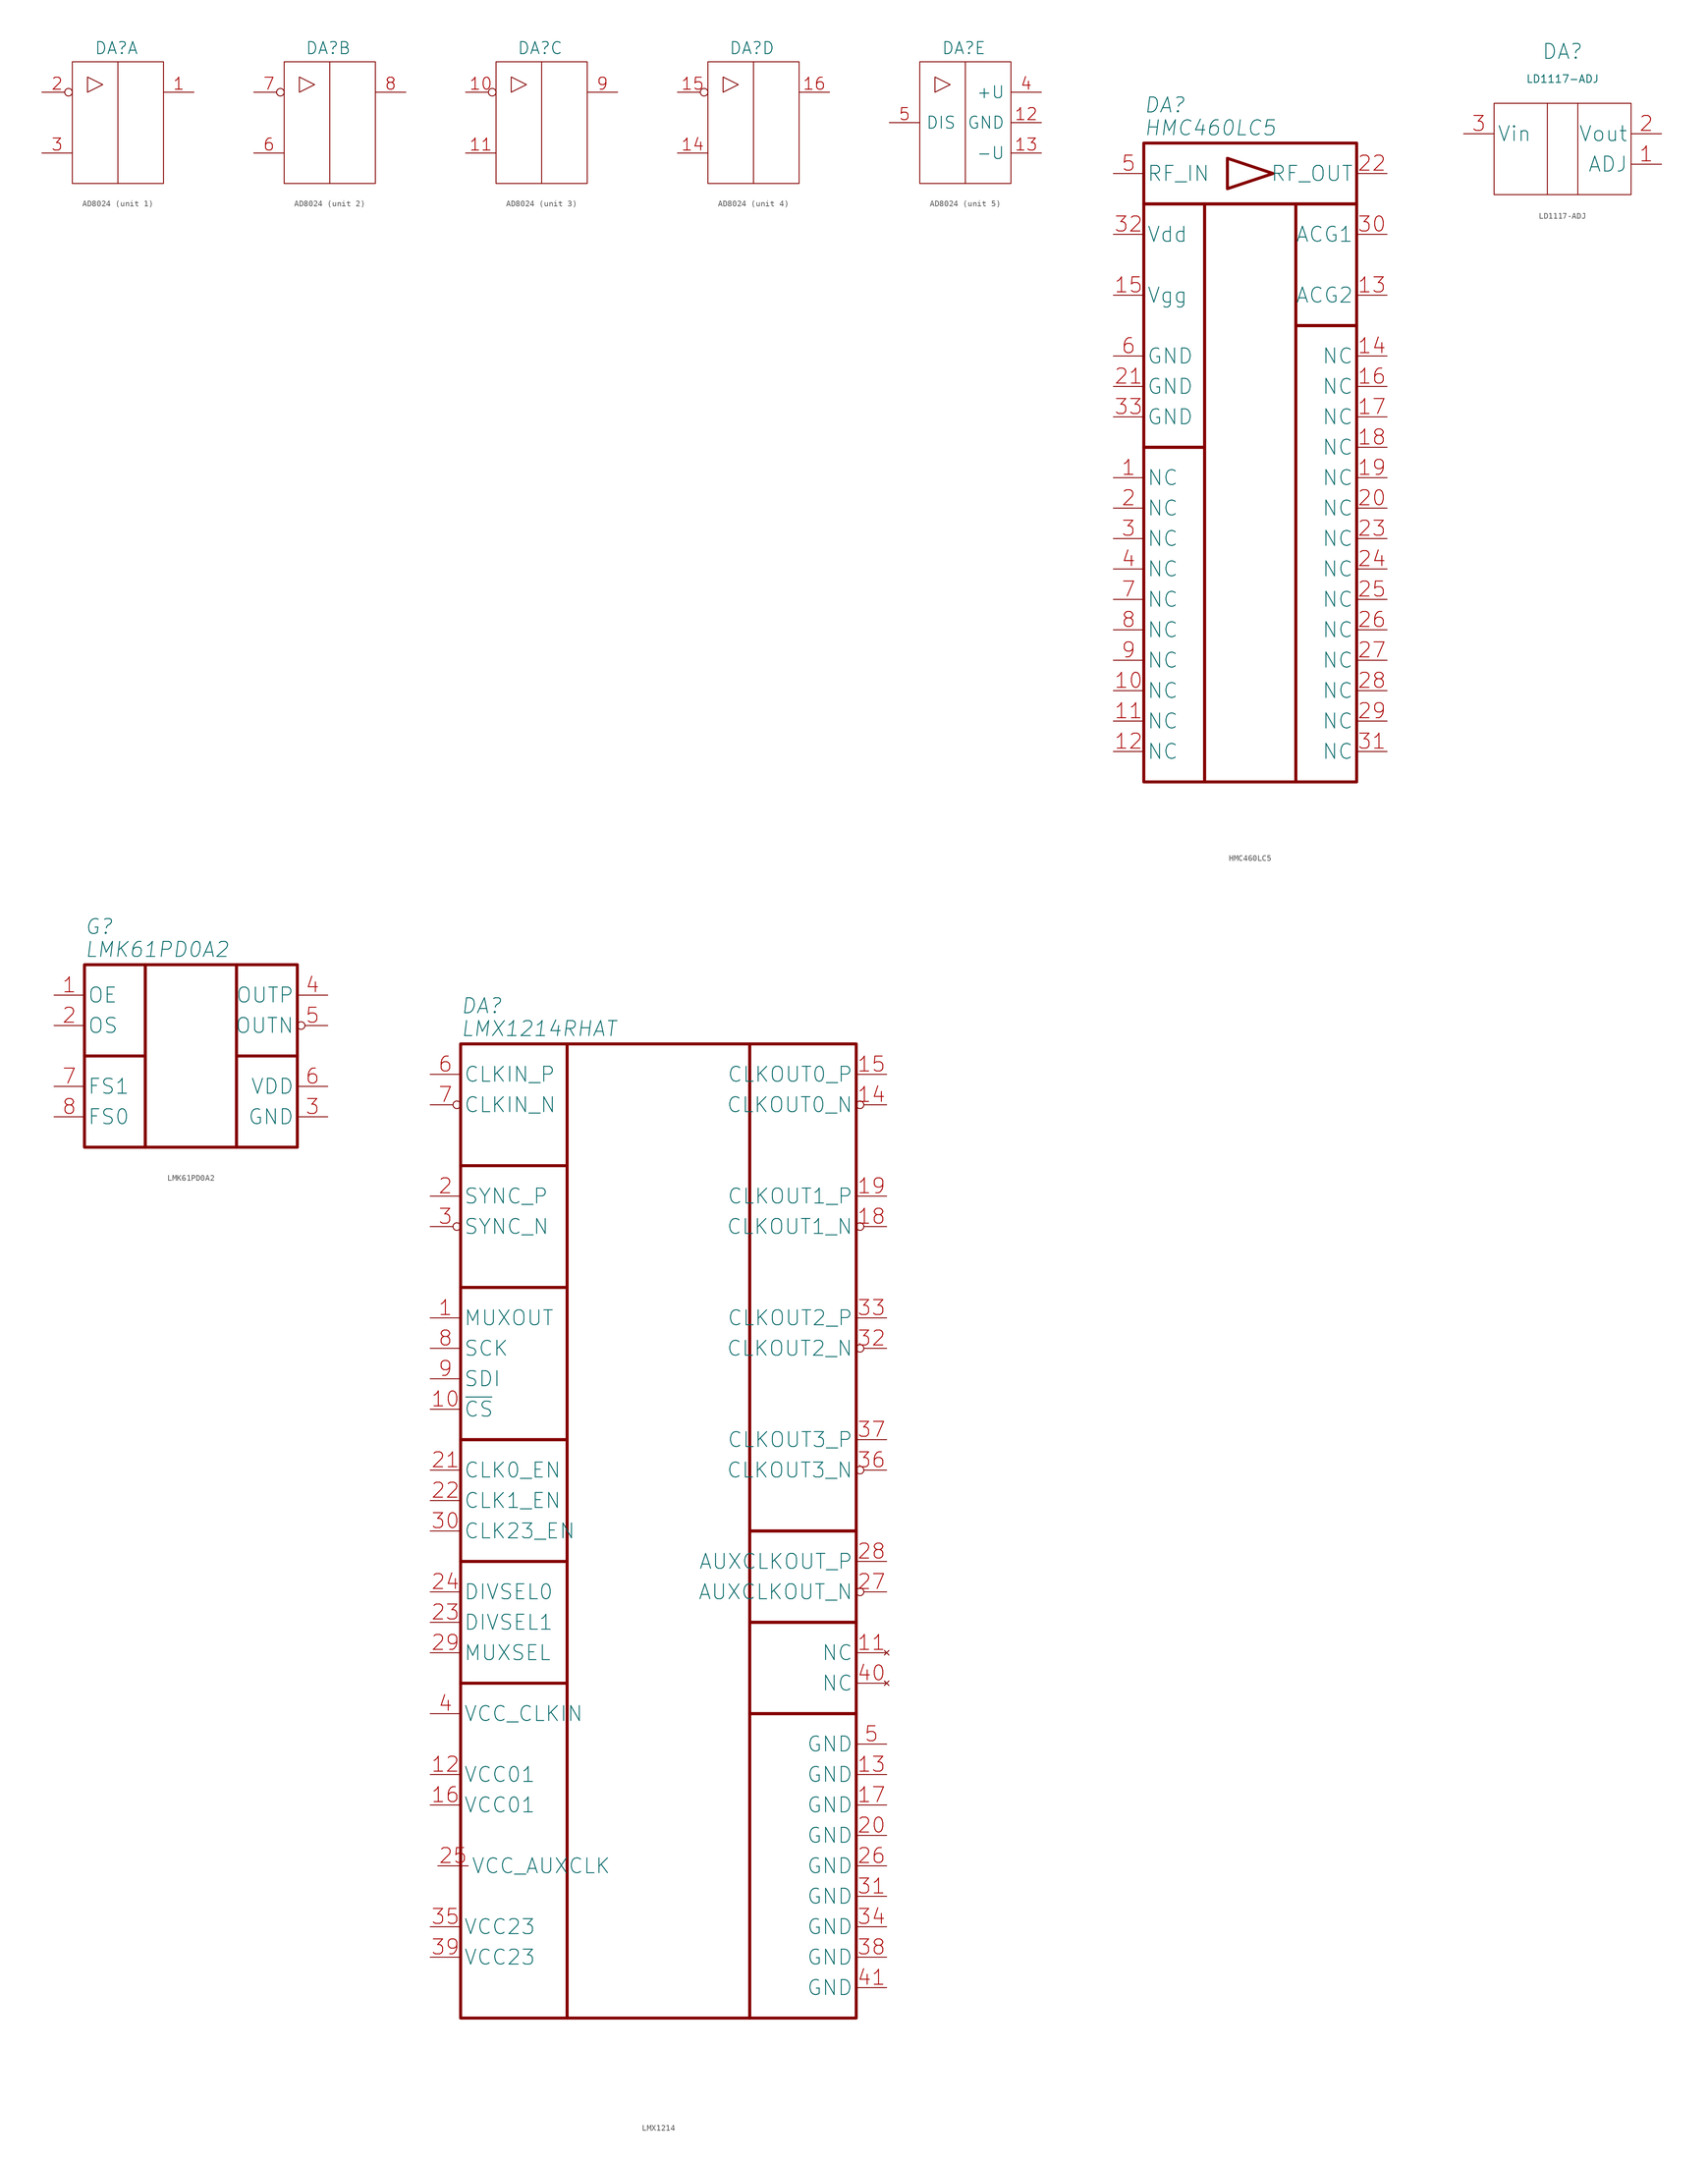
<source format=kicad_sym>
(kicad_symbol_lib
  (version 20241209)
  (generator "kicad_symbol_editor")
  (generator_version "9.0")
  (symbol "AD8024"
    (pin_names
      (offset 1.016))
    (property "Reference" "DA"
      (at -0.254 2.286 0)
      (effects (font (size 2.007 2.007))))
    (property "ki_locked" ""
      (at 0 0 0)
      (effects (font (size 1.27 1.27))))
    (symbol "AD8024_0_1"
      (rectangle (start -7.62 0) (end 7.62 -20.32) (stroke (width 0) (type default)) (fill (type none)))
      (polyline (pts (xy -5.08 -2.54) (xy -5.08 -5.08) (xy -2.54 -3.81) (xy -5.08 -2.54)) (stroke (width 0) (type solid)) (fill (type none)))
      (polyline (pts (xy 0 0) (xy 0 -20.32)) (stroke (width 0) (type solid)) (fill (type none))))
    (symbol "AD8024_1_1"
      (pin input inverted (at -12.7 -5.08 0) (length 5.08) (name "~" (effects (font (size 2.007 2.007)))) (number "2" (effects (font (size 2.007 2.007)))))
      (pin input line (at -12.7 -15.24 0) (length 5.08) (name "~" (effects (font (size 2.007 2.007)))) (number "3" (effects (font (size 2.007 2.007)))))
      (pin output line (at 12.7 -5.08 180) (length 5.08) (name "~" (effects (font (size 2.007 2.007)))) (number "1" (effects (font (size 2.007 2.007))))))
    (symbol "AD8024_2_1"
      (pin input inverted (at -12.7 -5.08 0) (length 5.08) (name "~" (effects (font (size 2.007 2.007)))) (number "7" (effects (font (size 2.007 2.007)))))
      (pin input line (at -12.7 -15.24 0) (length 5.08) (name "~" (effects (font (size 2.007 2.007)))) (number "6" (effects (font (size 2.007 2.007)))))
      (pin output line (at 12.7 -5.08 180) (length 5.08) (name "~" (effects (font (size 2.007 2.007)))) (number "8" (effects (font (size 2.007 2.007))))))
    (symbol "AD8024_3_1"
      (pin input inverted (at -12.7 -5.08 0) (length 5.08) (name "" (effects (font (size 2.007 2.007)))) (number "10" (effects (font (size 2.007 2.007)))))
      (pin input line (at -12.7 -15.24 0) (length 5.08) (name "~" (effects (font (size 2.007 2.007)))) (number "11" (effects (font (size 2.007 2.007)))))
      (pin output line (at 12.7 -5.08 180) (length 5.08) (name "~" (effects (font (size 2.007 2.007)))) (number "9" (effects (font (size 2.007 2.007))))))
    (symbol "AD8024_4_1"
      (pin input inverted (at -12.7 -5.08 0) (length 5.08) (name "~" (effects (font (size 2.007 2.007)))) (number "15" (effects (font (size 2.007 2.007)))))
      (pin input line (at -12.7 -15.24 0) (length 5.08) (name "~" (effects (font (size 2.007 2.007)))) (number "14" (effects (font (size 2.007 2.007)))))
      (pin output line (at 12.7 -5.08 180) (length 5.08) (name "~" (effects (font (size 2.007 2.007)))) (number "16" (effects (font (size 2.007 2.007))))))
    (symbol "AD8024_5_1"
      (pin input line (at -12.7 -10.16 0) (length 5.08) (name "DIS" (effects (font (size 2.007 2.007)))) (number "5" (effects (font (size 2.007 2.007)))))
      (pin power_in line (at 12.7 -5.08 180) (length 5.08) (name "+U" (effects (font (size 2.007 2.007)))) (number "4" (effects (font (size 2.007 2.007)))))
      (pin passive line (at 12.7 -10.16 180) (length 5.08) (name "GND" (effects (font (size 2.007 2.007)))) (number "12" (effects (font (size 2.007 2.007)))))
      (pin power_in line (at 12.7 -15.24 180) (length 5.08) (name "-U" (effects (font (size 2.007 2.007)))) (number "13" (effects (font (size 2.007 2.007)))))))
  (symbol "HMC460LC5"
    (property "Reference" "DA"
      (at -17.78 6.35 0)
      (do_not_autoplace)
      (effects (font (size 2.5 2.5) (italic yes)) (justify left)))
    (property "Value" "HMC460LC5"
      (at -17.78 2.54 0)
      (do_not_autoplace)
      (effects (font (size 2.5 2.5) (italic yes)) (justify left)))
    (symbol "HMC460LC5_0_1"
      (rectangle (start -17.78 0) (end 17.78 -10.16) (stroke (width 0.5) (type default)) (fill (type none))))
    (symbol "HMC460LC5_1_1"
      (rectangle (start -17.78 -10.16) (end -7.62 -50.8) (stroke (width 0.5) (type default)) (fill (type none)))
      (rectangle (start -17.78 -50.8) (end -7.62 -106.68) (stroke (width 0.5) (type default)) (fill (type none)))
      (rectangle (start -7.62 -10.16) (end 7.62 -106.68) (stroke (width 0.5) (type default)) (fill (type none)))
      (polyline (pts (xy -3.81 -2.54) (xy 3.81 -5.08) (xy -3.81 -7.62) (xy -3.81 -2.54)) (stroke (width 0.5) (type default)) (fill (type none)))
      (rectangle (start 7.62 -10.16) (end 17.78 -30.48) (stroke (width 0.5) (type default)) (fill (type none)))
      (rectangle (start 7.62 -30.48) (end 17.78 -106.68) (stroke (width 0.5) (type default)) (fill (type none)))
      (pin input line (at -22.86 -5.08 0) (length 5.08) (name "RF_IN" (effects (font (size 2.5 2.5)))) (number "5" (effects (font (size 2.5 2.5)))))
      (pin power_in line (at -22.86 -15.24 0) (length 5.08) (name "Vdd" (effects (font (size 2.5 2.5)))) (number "32" (effects (font (size 2.5 2.5)))))
      (pin power_in line (at -22.86 -25.4 0) (length 5.08) (name "Vgg" (effects (font (size 2.5 2.5)))) (number "15" (effects (font (size 2.5 2.5)))))
      (pin power_in line (at -22.86 -35.56 0) (length 5.08) (name "GND" (effects (font (size 2.5 2.5)))) (number "6" (effects (font (size 2.5 2.5)))))
      (pin power_in line (at -22.86 -40.64 0) (length 5.08) (name "GND" (effects (font (size 2.5 2.5)))) (number "21" (effects (font (size 2.5 2.5)))))
      (pin power_in line (at -22.86 -45.72 0) (length 5.08) (name "GND" (effects (font (size 2.5 2.5)))) (number "33" (effects (font (size 2.5 2.5)))))
      (pin passive line (at -22.86 -55.88 0) (length 5.08) (name "NC" (effects (font (size 2.5 2.5)))) (number "1" (effects (font (size 2.5 2.5)))))
      (pin passive line (at -22.86 -60.96 0) (length 5.08) (name "NC" (effects (font (size 2.5 2.5)))) (number "2" (effects (font (size 2.5 2.5)))))
      (pin passive line (at -22.86 -66.04 0) (length 5.08) (name "NC" (effects (font (size 2.5 2.5)))) (number "3" (effects (font (size 2.5 2.5)))))
      (pin passive line (at -22.86 -71.12 0) (length 5.08) (name "NC" (effects (font (size 2.5 2.5)))) (number "4" (effects (font (size 2.5 2.5)))))
      (pin passive line (at -22.86 -76.2 0) (length 5.08) (name "NC" (effects (font (size 2.5 2.5)))) (number "7" (effects (font (size 2.5 2.5)))))
      (pin passive line (at -22.86 -81.28 0) (length 5.08) (name "NC" (effects (font (size 2.5 2.5)))) (number "8" (effects (font (size 2.5 2.5)))))
      (pin passive line (at -22.86 -86.36 0) (length 5.08) (name "NC" (effects (font (size 2.5 2.5)))) (number "9" (effects (font (size 2.5 2.5)))))
      (pin passive line (at -22.86 -91.44 0) (length 5.08) (name "NC" (effects (font (size 2.5 2.5)))) (number "10" (effects (font (size 2.5 2.5)))))
      (pin passive line (at -22.86 -96.52 0) (length 5.08) (name "NC" (effects (font (size 2.5 2.5)))) (number "11" (effects (font (size 2.5 2.5)))))
      (pin passive line (at -22.86 -101.6 0) (length 5.08) (name "NC" (effects (font (size 2.5 2.5)))) (number "12" (effects (font (size 2.5 2.5)))))
      (pin output line (at 22.86 -5.08 180) (length 5.08) (name "RF_OUT" (effects (font (size 2.5 2.5)))) (number "22" (effects (font (size 2.5 2.5)))))
      (pin passive line (at 22.86 -15.24 180) (length 5.08) (name "ACG1" (effects (font (size 2.5 2.5)))) (number "30" (effects (font (size 2.5 2.5)))))
      (pin passive line (at 22.86 -25.4 180) (length 5.08) (name "ACG2" (effects (font (size 2.5 2.5)))) (number "13" (effects (font (size 2.5 2.5)))))
      (pin passive line (at 22.86 -35.56 180) (length 5.08) (name "NC" (effects (font (size 2.5 2.5)))) (number "14" (effects (font (size 2.5 2.5)))))
      (pin passive line (at 22.86 -40.64 180) (length 5.08) (name "NC" (effects (font (size 2.5 2.5)))) (number "16" (effects (font (size 2.5 2.5)))))
      (pin passive line (at 22.86 -45.72 180) (length 5.08) (name "NC" (effects (font (size 2.5 2.5)))) (number "17" (effects (font (size 2.5 2.5)))))
      (pin passive line (at 22.86 -50.8 180) (length 5.08) (name "NC" (effects (font (size 2.5 2.5)))) (number "18" (effects (font (size 2.5 2.5)))))
      (pin passive line (at 22.86 -55.88 180) (length 5.08) (name "NC" (effects (font (size 2.5 2.5)))) (number "19" (effects (font (size 2.5 2.5)))))
      (pin passive line (at 22.86 -60.96 180) (length 5.08) (name "NC" (effects (font (size 2.5 2.5)))) (number "20" (effects (font (size 2.5 2.5)))))
      (pin passive line (at 22.86 -66.04 180) (length 5.08) (name "NC" (effects (font (size 2.5 2.5)))) (number "23" (effects (font (size 2.5 2.5)))))
      (pin passive line (at 22.86 -71.12 180) (length 5.08) (name "NC" (effects (font (size 2.5 2.5)))) (number "24" (effects (font (size 2.5 2.5)))))
      (pin passive line (at 22.86 -76.2 180) (length 5.08) (name "NC" (effects (font (size 2.5 2.5)))) (number "25" (effects (font (size 2.5 2.5)))))
      (pin passive line (at 22.86 -81.28 180) (length 5.08) (name "NC" (effects (font (size 2.5 2.5)))) (number "26" (effects (font (size 2.5 2.5)))))
      (pin passive line (at 22.86 -86.36 180) (length 5.08) (name "NC" (effects (font (size 2.5 2.5)))) (number "27" (effects (font (size 2.5 2.5)))))
      (pin passive line (at 22.86 -91.44 180) (length 5.08) (name "NC" (effects (font (size 2.5 2.5)))) (number "28" (effects (font (size 2.5 2.5)))))
      (pin passive line (at 22.86 -96.52 180) (length 5.08) (name "NC" (effects (font (size 2.5 2.5)))) (number "29" (effects (font (size 2.5 2.5)))))
      (pin passive line (at 22.86 -101.6 180) (length 5.08) (name "NC" (effects (font (size 2.5 2.5)))) (number "31" (effects (font (size 2.5 2.5)))))))
  (symbol "LD1117-ADJ"
    (property "Reference" "DA"
      (at 0 8.636 0)
      (effects (font (size 2.489 2.489))))
    (property "Value" "LD1117-ADJ"
      (at 0 4.064 0)
      (effects (font (size 1.27 1.27))))
    (symbol "LD1117-ADJ_0_1"
      (rectangle (start -11.43 0) (end 11.43 -15.24) (stroke (width 0) (type default)) (fill (type none)))
      (polyline (pts (xy -2.54 0) (xy -2.54 -15.24)) (stroke (width 0) (type default)) (fill (type none)))
      (polyline (pts (xy 2.54 0) (xy 2.54 -15.24)) (stroke (width 0) (type default)) (fill (type none))))
    (symbol "LD1117-ADJ_1_1"
      (pin power_in line (at -16.51 -5.08 0) (length 5.08) (name "Vin" (effects (font (size 2.489 2.489)))) (number "3" (effects (font (size 2.489 2.489)))))
      (pin power_out line (at 16.51 -5.08 180) (length 5.08) (name "Vout" (effects (font (size 2.489 2.489)))) (number "2" (effects (font (size 2.489 2.489)))))
      (pin passive line (at 16.51 -10.16 180) (length 5.08) (name "ADJ" (effects (font (size 2.489 2.489)))) (number "1" (effects (font (size 2.489 2.489)))))))
  (symbol "LMK61PD0A2"
    (property "Reference" "G"
      (at -17.78 6.35 0)
      (effects (font (size 2.5 2.5) (italic yes)) (justify left)))
    (property "Value" "LMK61PD0A2"
      (at -17.78 2.54 0)
      (effects (font (size 2.5 2.5) (italic yes)) (justify left)))
    (symbol "LMK61PD0A2_1_1"
      (rectangle (start -17.78 0) (end -7.62 -15.24) (stroke (width 0.5) (type default)) (fill (type none)))
      (rectangle (start -17.78 -15.24) (end -7.62 -30.48) (stroke (width 0.5) (type default)) (fill (type none)))
      (rectangle (start -7.62 0) (end 7.62 -30.48) (stroke (width 0.5) (type default)) (fill (type none)))
      (rectangle (start 7.62 0) (end 17.78 -15.24) (stroke (width 0.5) (type default)) (fill (type none)))
      (rectangle (start 7.62 -15.24) (end 17.78 -30.48) (stroke (width 0.5) (type default)) (fill (type none)))
      (pin input line (at -22.86 -5.08 0) (length 5.08) (name "OE" (effects (font (size 2.489 2.489)))) (number "1" (effects (font (size 2.489 2.489)))))
      (pin input line (at -22.86 -10.16 0) (length 5.08) (name "OS" (effects (font (size 2.489 2.489)))) (number "2" (effects (font (size 2.489 2.489)))))
      (pin input line (at -22.86 -20.32 0) (length 5.08) (name "FS1" (effects (font (size 2.489 2.489)))) (number "7" (effects (font (size 2.489 2.489)))))
      (pin input line (at -22.86 -25.4 0) (length 5.08) (name "FS0" (effects (font (size 2.489 2.489)))) (number "8" (effects (font (size 2.489 2.489)))))
      (pin output line (at 22.86 -5.08 180) (length 5.08) (name "OUTP" (effects (font (size 2.489 2.489)))) (number "4" (effects (font (size 2.489 2.489)))))
      (pin output inverted (at 22.86 -10.16 180) (length 5.08) (name "OUTN" (effects (font (size 2.489 2.489)))) (number "5" (effects (font (size 2.489 2.489)))))
      (pin power_in line (at 22.86 -20.32 180) (length 5.08) (name "VDD" (effects (font (size 2.489 2.489)))) (number "6" (effects (font (size 2.489 2.489)))))
      (pin power_in line (at 22.86 -25.4 180) (length 5.08) (name "GND" (effects (font (size 2.489 2.489)))) (number "3" (effects (font (size 2.489 2.489)))))))
  (symbol "LMX1214"
    (property "Reference" "DA"
      (at -33.02 6.35 0)
      (effects (font (size 2.5 2.5) (italic yes)) (justify left)))
    (property "Value" "LMX1214RHAT"
      (at -33.02 2.54 0)
      (effects (font (size 2.5 2.5) (italic yes)) (justify left)))
    (symbol "LMX1214_1_1"
      (rectangle (start -33.02 0) (end -15.24 -20.32) (stroke (width 0.5) (type default)) (fill (type none)))
      (rectangle (start -33.02 -20.32) (end -15.24 -40.64) (stroke (width 0.5) (type default)) (fill (type none)))
      (rectangle (start -33.02 -40.64) (end -15.24 -66.04) (stroke (width 0.5) (type default)) (fill (type none)))
      (rectangle (start -33.02 -66.04) (end -15.24 -86.36) (stroke (width 0.5) (type default)) (fill (type none)))
      (rectangle (start -33.02 -86.36) (end -15.24 -106.68) (stroke (width 0.5) (type default)) (fill (type none)))
      (rectangle (start -33.02 -106.68) (end -15.24 -162.56) (stroke (width 0.5) (type default)) (fill (type none)))
      (rectangle (start -15.24 0) (end 15.24 -162.56) (stroke (width 0.5) (type default)) (fill (type none)))
      (rectangle (start 15.24 0) (end 33.02 -81.28) (stroke (width 0.5) (type default)) (fill (type none)))
      (rectangle (start 15.24 -81.28) (end 33.02 -96.52) (stroke (width 0.5) (type default)) (fill (type none)))
      (rectangle (start 15.24 -96.52) (end 33.02 -111.76) (stroke (width 0.5) (type default)) (fill (type none)))
      (rectangle (start 15.24 -111.76) (end 33.02 -162.56) (stroke (width 0.5) (type default)) (fill (type none)))
      (pin input line (at -38.1 -5.08 0) (length 5.08) (name "CLKIN_P" (effects (font (size 2.489 2.489)))) (number "6" (effects (font (size 2.489 2.489)))))
      (pin input inverted (at -38.1 -10.16 0) (length 5.08) (name "CLKIN_N" (effects (font (size 2.489 2.489)))) (number "7" (effects (font (size 2.489 2.489)))))
      (pin input line (at -38.1 -25.4 0) (length 5.08) (name "SYNC_P" (effects (font (size 2.489 2.489)))) (number "2" (effects (font (size 2.489 2.489)))))
      (pin input inverted (at -38.1 -30.48 0) (length 5.08) (name "SYNC_N" (effects (font (size 2.489 2.489)))) (number "3" (effects (font (size 2.489 2.489)))))
      (pin output line (at -38.1 -45.72 0) (length 5.08) (name "MUXOUT" (effects (font (size 2.489 2.489)))) (number "1" (effects (font (size 2.489 2.489)))))
      (pin input line (at -38.1 -50.8 0) (length 5.08) (name "SCK" (effects (font (size 2.489 2.489)))) (number "8" (effects (font (size 2.489 2.489)))))
      (pin input line (at -38.1 -55.88 0) (length 5.08) (name "SDI" (effects (font (size 2.489 2.489)))) (number "9" (effects (font (size 2.489 2.489)))))
      (pin input line (at -38.1 -60.96 0) (length 5.08) (name "~{CS}" (effects (font (size 2.489 2.489)))) (number "10" (effects (font (size 2.489 2.489)))))
      (pin input line (at -38.1 -71.12 0) (length 5.08) (name "CLK0_EN" (effects (font (size 2.489 2.489)))) (number "21" (effects (font (size 2.489 2.489)))))
      (pin input line (at -38.1 -76.2 0) (length 5.08) (name "CLK1_EN" (effects (font (size 2.489 2.489)))) (number "22" (effects (font (size 2.489 2.489)))))
      (pin input line (at -38.1 -81.28 0) (length 5.08) (name "CLK23_EN" (effects (font (size 2.489 2.489)))) (number "30" (effects (font (size 2.489 2.489)))))
      (pin input line (at -38.1 -91.44 0) (length 5.08) (name "DIVSEL0" (effects (font (size 2.489 2.489)))) (number "24" (effects (font (size 2.489 2.489)))))
      (pin input line (at -38.1 -96.52 0) (length 5.08) (name "DIVSEL1" (effects (font (size 2.489 2.489)))) (number "23" (effects (font (size 2.489 2.489)))))
      (pin input line (at -38.1 -101.6 0) (length 5.08) (name "MUXSEL" (effects (font (size 2.489 2.489)))) (number "29" (effects (font (size 2.489 2.489)))))
      (pin power_in line (at -38.1 -111.76 0) (length 5.08) (name "VCC_CLKIN" (effects (font (size 2.489 2.489)))) (number "4" (effects (font (size 2.489 2.489)))))
      (pin power_in line (at -38.1 -121.92 0) (length 5.08) (name "VCC01" (effects (font (size 2.489 2.489)))) (number "12" (effects (font (size 2.489 2.489)))))
      (pin power_in line (at -38.1 -127 0) (length 5.08) (name "VCC01" (effects (font (size 2.489 2.489)))) (number "16" (effects (font (size 2.489 2.489)))))
      (pin power_in line (at -38.1 -147.32 0) (length 5.08) (name "VCC23" (effects (font (size 2.489 2.489)))) (number "35" (effects (font (size 2.489 2.489)))))
      (pin power_in line (at -38.1 -152.4 0) (length 5.08) (name "VCC23" (effects (font (size 2.489 2.489)))) (number "39" (effects (font (size 2.489 2.489)))))
      (pin power_in line (at -36.83 -137.16 0) (length 5.08) (name "VCC_AUXCLK" (effects (font (size 2.489 2.489)))) (number "25" (effects (font (size 2.489 2.489)))))
      (pin output line (at 38.1 -5.08 180) (length 5.08) (name "CLKOUT0_P" (effects (font (size 2.489 2.489)))) (number "15" (effects (font (size 2.489 2.489)))))
      (pin output inverted (at 38.1 -10.16 180) (length 5.08) (name "CLKOUT0_N" (effects (font (size 2.489 2.489)))) (number "14" (effects (font (size 2.489 2.489)))))
      (pin output line (at 38.1 -25.4 180) (length 5.08) (name "CLKOUT1_P" (effects (font (size 2.489 2.489)))) (number "19" (effects (font (size 2.489 2.489)))))
      (pin output inverted (at 38.1 -30.48 180) (length 5.08) (name "CLKOUT1_N" (effects (font (size 2.489 2.489)))) (number "18" (effects (font (size 2.489 2.489)))))
      (pin output line (at 38.1 -45.72 180) (length 5.08) (name "CLKOUT2_P" (effects (font (size 2.489 2.489)))) (number "33" (effects (font (size 2.489 2.489)))))
      (pin output inverted (at 38.1 -50.8 180) (length 5.08) (name "CLKOUT2_N" (effects (font (size 2.489 2.489)))) (number "32" (effects (font (size 2.489 2.489)))))
      (pin output line (at 38.1 -66.04 180) (length 5.08) (name "CLKOUT3_P" (effects (font (size 2.489 2.489)))) (number "37" (effects (font (size 2.489 2.489)))))
      (pin output inverted (at 38.1 -71.12 180) (length 5.08) (name "CLKOUT3_N" (effects (font (size 2.489 2.489)))) (number "36" (effects (font (size 2.489 2.489)))))
      (pin output line (at 38.1 -86.36 180) (length 5.08) (name "AUXCLKOUT_P" (effects (font (size 2.489 2.489)))) (number "28" (effects (font (size 2.489 2.489)))))
      (pin output inverted (at 38.1 -91.44 180) (length 5.08) (name "AUXCLKOUT_N" (effects (font (size 2.489 2.489)))) (number "27" (effects (font (size 2.489 2.489)))))
      (pin no_connect line (at 38.1 -101.6 180) (length 5.08) (name "NC" (effects (font (size 2.489 2.489)))) (number "11" (effects (font (size 2.489 2.489)))))
      (pin no_connect line (at 38.1 -106.68 180) (length 5.08) (name "NC" (effects (font (size 2.489 2.489)))) (number "40" (effects (font (size 2.489 2.489)))))
      (pin power_in line (at 38.1 -116.84 180) (length 5.08) (name "GND" (effects (font (size 2.489 2.489)))) (number "5" (effects (font (size 2.489 2.489)))))
      (pin power_in line (at 38.1 -121.92 180) (length 5.08) (name "GND" (effects (font (size 2.489 2.489)))) (number "13" (effects (font (size 2.489 2.489)))))
      (pin power_in line (at 38.1 -127 180) (length 5.08) (name "GND" (effects (font (size 2.489 2.489)))) (number "17" (effects (font (size 2.489 2.489)))))
      (pin power_in line (at 38.1 -132.08 180) (length 5.08) (name "GND" (effects (font (size 2.489 2.489)))) (number "20" (effects (font (size 2.489 2.489)))))
      (pin power_in line (at 38.1 -137.16 180) (length 5.08) (name "GND" (effects (font (size 2.489 2.489)))) (number "26" (effects (font (size 2.489 2.489)))))
      (pin power_in line (at 38.1 -142.24 180) (length 5.08) (name "GND" (effects (font (size 2.489 2.489)))) (number "31" (effects (font (size 2.489 2.489)))))
      (pin power_in line (at 38.1 -147.32 180) (length 5.08) (name "GND" (effects (font (size 2.489 2.489)))) (number "34" (effects (font (size 2.489 2.489)))))
      (pin power_in line (at 38.1 -152.4 180) (length 5.08) (name "GND" (effects (font (size 2.489 2.489)))) (number "38" (effects (font (size 2.489 2.489)))))
      (pin power_in line (at 38.1 -157.48 180) (length 5.08) (name "GND" (effects (font (size 2.489 2.489)))) (number "41" (effects (font (size 2.489 2.489))))))))
</source>
